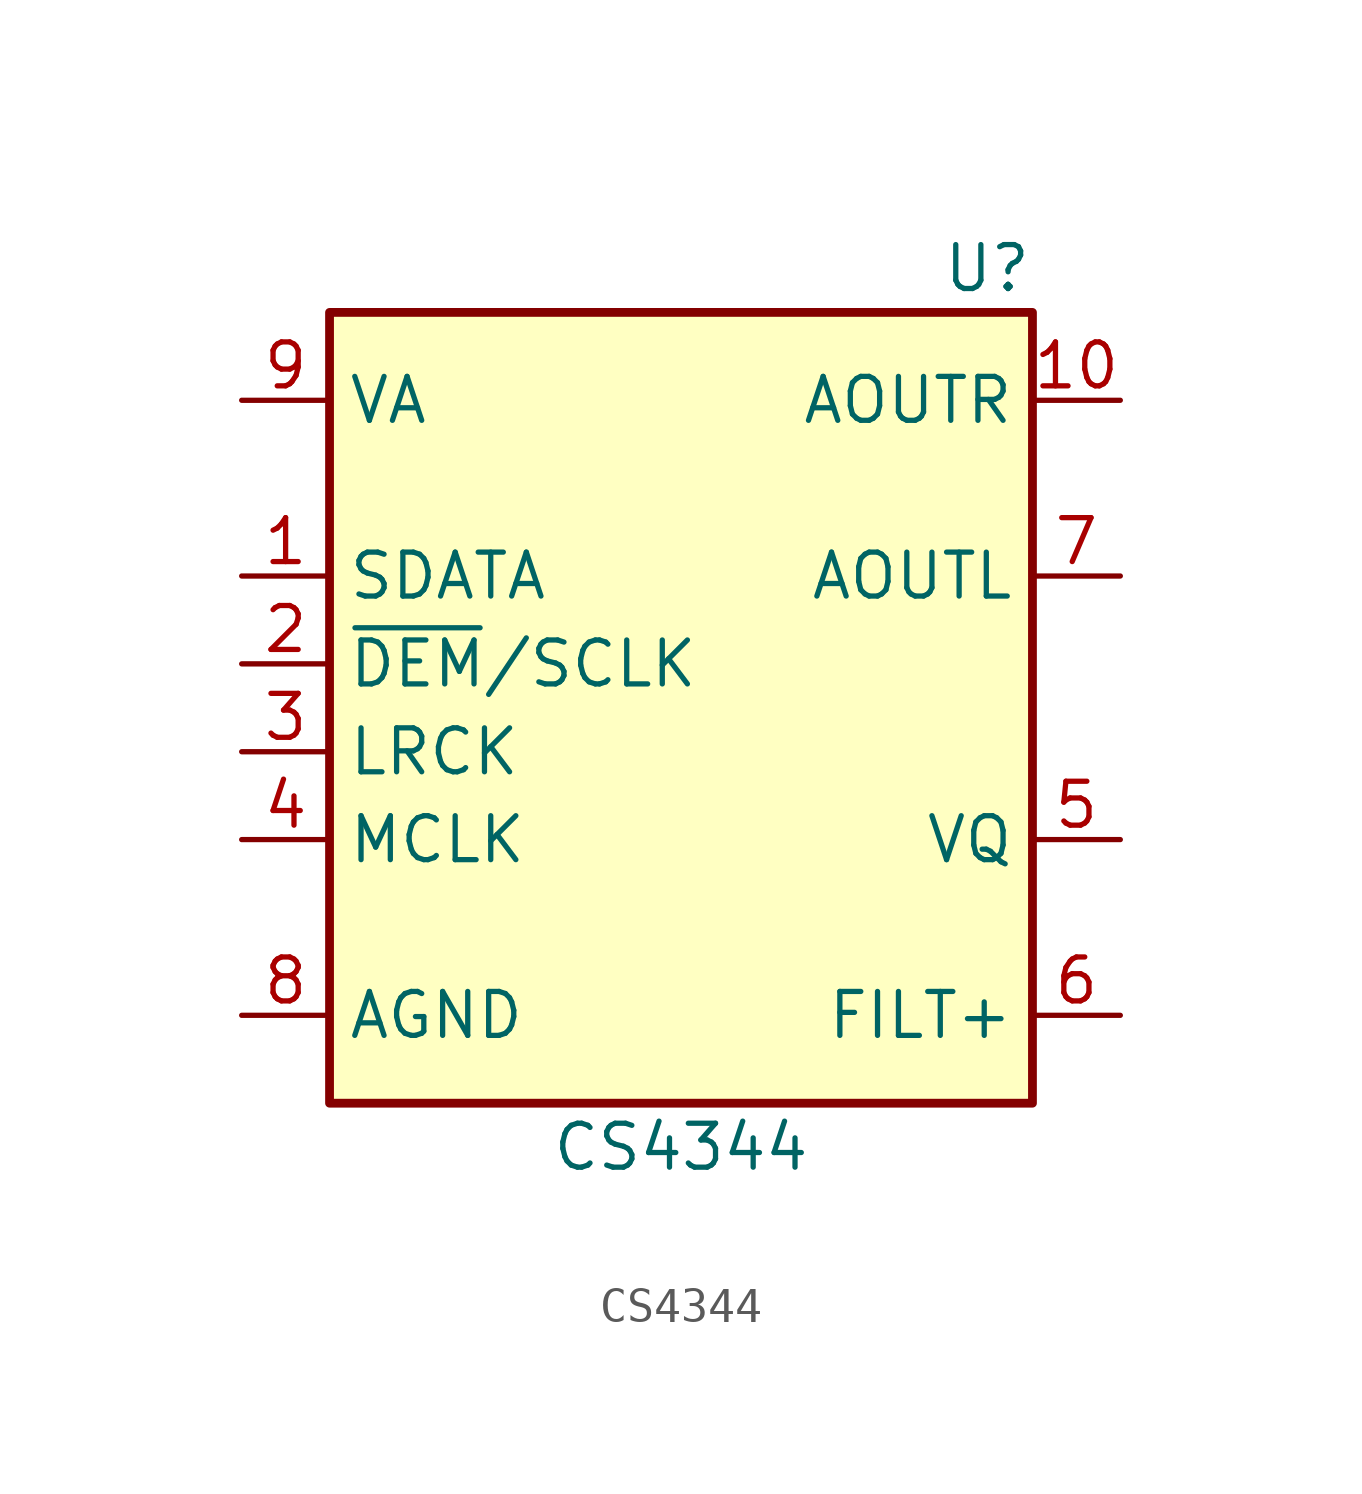
<source format=kicad_sym>
(kicad_symbol_lib
  (version 20231120)
  (generator "kicad_symbol_editor")
  (generator_version "8.99")
  (symbol "CS4344"
    (property "Reference" "U"
      (at 10.16 12.7 0)
      (effects (font (size 1.27 1.27)) (justify right)))
    (property "Value" "CS4344"
      (at 0 -12.7 0)
      (effects (font (size 1.27 1.27))))
    (symbol "CS4344_0_0"
      (pin output line (at 12.7 -3.81 180) (length 2.54) (name "VQ" (effects (font (size 1.27 1.27)))) (number "5" (effects (font (size 1.27 1.27)))))
      (pin output line (at 12.7 -8.89 180) (length 2.54) (name "FILT+" (effects (font (size 1.27 1.27)))) (number "6" (effects (font (size 1.27 1.27))))))
    (symbol "CS4344_0_1"
      (rectangle (start -10.16 11.43) (end 10.16 -11.43) (stroke (width 0.254) (type default)) (fill (type background))))
    (symbol "CS4344_1_1"
      (pin power_in line (at -12.7 8.89 0) (length 2.54) (name "VA" (effects (font (size 1.27 1.27)))) (number "9" (effects (font (size 1.27 1.27)))))
      (pin input line (at -12.7 3.81 0) (length 2.54) (name "SDATA" (effects (font (size 1.27 1.27)))) (number "1" (effects (font (size 1.27 1.27)))))
      (pin input line (at -12.7 1.27 0) (length 2.54) (name "~{DEM}/SCLK" (effects (font (size 1.27 1.27)))) (number "2" (effects (font (size 1.27 1.27)))))
      (pin input line (at -12.7 -1.27 0) (length 2.54) (name "LRCK" (effects (font (size 1.27 1.27)))) (number "3" (effects (font (size 1.27 1.27)))))
      (pin input line (at -12.7 -3.81 0) (length 2.54) (name "MCLK" (effects (font (size 1.27 1.27)))) (number "4" (effects (font (size 1.27 1.27)))))
      (pin power_in line (at -12.7 -8.89 0) (length 2.54) (name "AGND" (effects (font (size 1.27 1.27)))) (number "8" (effects (font (size 1.27 1.27)))))
      (pin output line (at 12.7 8.89 180) (length 2.54) (name "AOUTR" (effects (font (size 1.27 1.27)))) (number "10" (effects (font (size 1.27 1.27)))))
      (pin output line (at 12.7 3.81 180) (length 2.54) (name "AOUTL" (effects (font (size 1.27 1.27)))) (number "7" (effects (font (size 1.27 1.27))))))))
</source>
